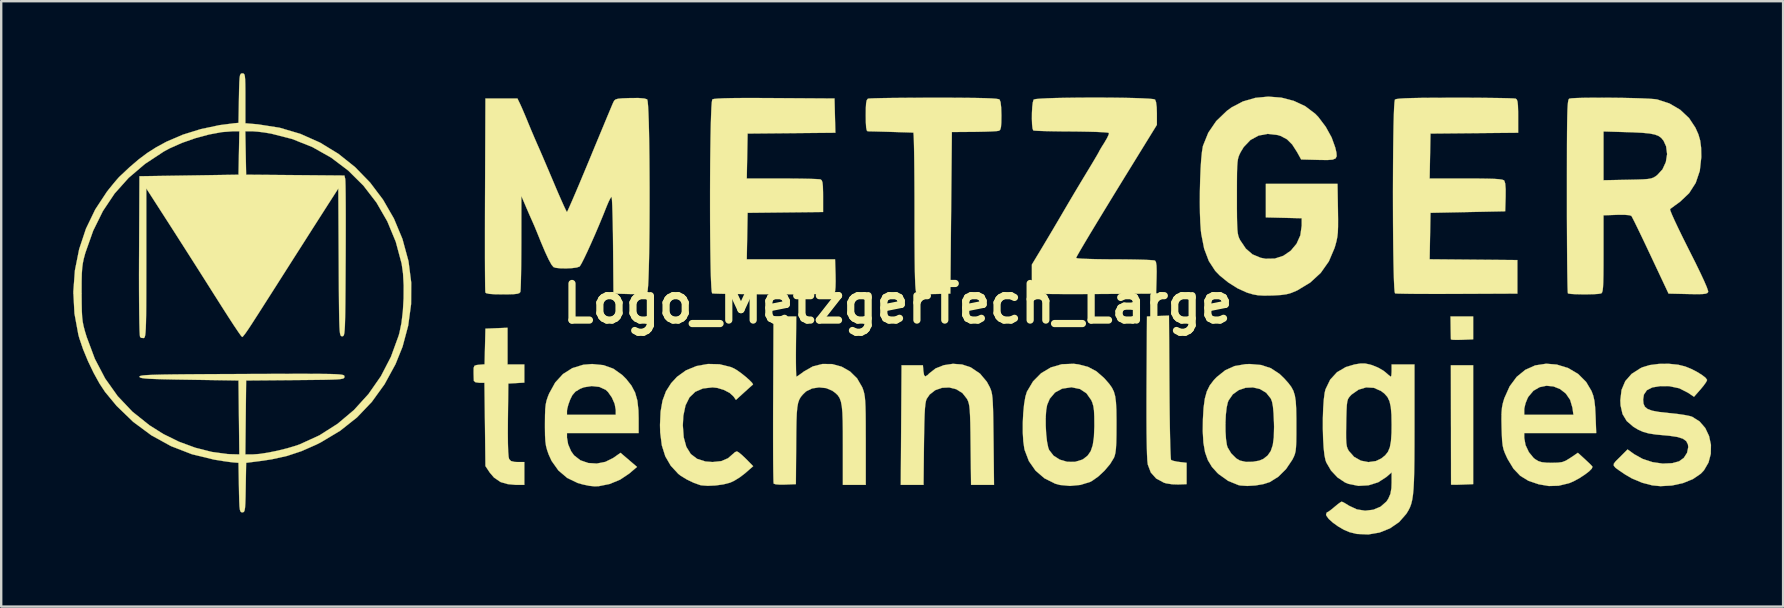
<source format=kicad_pcb>
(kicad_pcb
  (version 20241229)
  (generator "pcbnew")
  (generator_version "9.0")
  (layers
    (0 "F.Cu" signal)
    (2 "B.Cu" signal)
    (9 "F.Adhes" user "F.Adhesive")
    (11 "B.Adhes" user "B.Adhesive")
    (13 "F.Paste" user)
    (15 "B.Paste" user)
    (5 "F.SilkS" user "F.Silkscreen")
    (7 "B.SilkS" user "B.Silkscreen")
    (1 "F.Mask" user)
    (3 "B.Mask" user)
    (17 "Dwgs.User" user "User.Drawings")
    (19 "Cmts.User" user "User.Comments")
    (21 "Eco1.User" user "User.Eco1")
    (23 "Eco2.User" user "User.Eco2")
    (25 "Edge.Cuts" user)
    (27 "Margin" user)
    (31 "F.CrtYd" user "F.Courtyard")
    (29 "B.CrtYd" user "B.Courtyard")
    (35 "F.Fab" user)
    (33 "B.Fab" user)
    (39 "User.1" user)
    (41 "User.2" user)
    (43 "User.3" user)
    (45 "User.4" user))
  (footprint "Logo_MetzgerTech_Large"
    (layer "F.Cu")
    (at 34.35 9.594)
    (property "Reference" "Logo_MetzgerTech_Large" (at 0 0 0) (layer "F.SilkS") (effects (font (size 1.524 1.524) (thickness 0.3))))
    (attr through_hole)
    (fp_poly (pts (xy 23.971 1.492) (xy 23.511 1.511) (xy 23.287 1.516) (xy 23.121 1.511) (xy 23.046 1.497) (xy 23.045 1.495) (xy 23.042 1.419) (xy 23.038 1.251) (xy 23.034 1.025) (xy 23.034 1) (xy 23.028 0.54) (xy 23.971 0.54) (xy 23.971 1.492)) (stroke (width 0.01) (type solid)) (fill yes) (layer "F.SilkS"))
    (fp_poly (pts (xy 23.971 7.525) (xy 23.511 7.543) (xy 23.288 7.55) (xy 23.124 7.551) (xy 23.051 7.545) (xy 23.05 7.543) (xy 23.05 7.478) (xy 23.05 7.299) (xy 23.049 7.021) (xy 23.049 6.657) (xy 23.048 6.221) (xy 23.047 5.727) (xy 23.047 5.188) (xy 23.046 5.048) (xy 23.043 2.572) (xy 23.971 2.572) (xy 23.971 7.525)) (stroke (width 0.01) (type solid)) (fill yes) (layer "F.SilkS"))
    (fp_poly (pts (xy 11.317 3.485) (xy 11.322 4.088) (xy 11.328 4.653) (xy 11.336 5.167) (xy 11.345 5.616) (xy 11.354 5.989) (xy 11.365 6.271) (xy 11.375 6.452) (xy 11.385 6.517) (xy 11.474 6.553) (xy 11.641 6.589) (xy 11.734 6.601) (xy 12.033 6.636) (xy 12.033 7.525) (xy 11.684 7.539) (xy 11.432 7.531) (xy 11.187 7.493) (xy 11.089 7.465) (xy 10.766 7.291) (xy 10.542 7.04) (xy 10.416 6.708) (xy 10.416 6.706) (xy 10.398 6.551) (xy 10.384 6.274) (xy 10.374 5.881) (xy 10.366 5.377) (xy 10.363 4.766) (xy 10.363 4.054) (xy 10.365 3.461) (xy 10.382 0.54) (xy 10.841 0.521) (xy 11.299 0.503) (xy 11.317 3.485)) (stroke (width 0.01) (type solid)) (fill yes) (layer "F.SilkS"))
    (fp_poly (pts (xy -16.256 2.54) (xy -15.557 2.54) (xy -15.557 3.295) (xy -15.891 3.315) (xy -16.224 3.334) (xy -16.241 4.844) (xy -16.244 5.389) (xy -16.24 5.832) (xy -16.23 6.166) (xy -16.212 6.386) (xy -16.191 6.479) (xy -16.111 6.563) (xy -15.964 6.599) (xy -15.841 6.604) (xy -15.557 6.604) (xy -15.557 7.556) (xy -15.923 7.555) (xy -16.245 7.524) (xy -16.531 7.443) (xy -16.553 7.433) (xy -16.82 7.251) (xy -16.998 7.042) (xy -17.177 6.772) (xy -17.197 5.037) (xy -17.218 3.302) (xy -17.435 3.302) (xy -17.591 3.281) (xy -17.659 3.226) (xy -17.659 3.223) (xy -17.664 3.114) (xy -17.669 2.934) (xy -17.67 2.857) (xy -17.668 2.681) (xy -17.635 2.595) (xy -17.545 2.563) (xy -17.444 2.552) (xy -17.212 2.533) (xy -17.195 1.79) (xy -17.177 1.048) (xy -16.256 1.01) (xy -16.256 2.54)) (stroke (width 0.01) (type solid)) (fill yes) (layer "F.SilkS"))
    (fp_poly (pts (xy 2.683 2.541) (xy 3.036 2.658) (xy 3.048 2.664) (xy 3.426 2.92) (xy 3.71 3.258) (xy 3.832 3.483) (xy 3.871 3.574) (xy 3.903 3.67) (xy 3.927 3.786) (xy 3.946 3.938) (xy 3.959 4.141) (xy 3.97 4.411) (xy 3.978 4.764) (xy 3.984 5.216) (xy 3.99 5.667) (xy 4.01 7.556) (xy 3.054 7.556) (xy 3.035 5.89) (xy 3.029 5.381) (xy 3.022 4.983) (xy 3.012 4.678) (xy 3 4.451) (xy 2.983 4.284) (xy 2.959 4.162) (xy 2.929 4.067) (xy 2.89 3.983) (xy 2.886 3.975) (xy 2.694 3.73) (xy 2.438 3.571) (xy 2.145 3.498) (xy 1.844 3.511) (xy 1.562 3.61) (xy 1.327 3.794) (xy 1.206 3.971) (xy 1.176 4.055) (xy 1.152 4.183) (xy 1.133 4.37) (xy 1.118 4.629) (xy 1.107 4.976) (xy 1.098 5.425) (xy 1.092 5.858) (xy 1.074 7.556) (xy 0.126 7.556) (xy 0.142 5.064) (xy 0.159 2.572) (xy 1.048 2.572) (xy 1.067 2.81) (xy 1.096 2.984) (xy 1.15 3.038) (xy 1.246 2.978) (xy 1.308 2.914) (xy 1.577 2.704) (xy 1.919 2.569) (xy 2.299 2.512) (xy 2.683 2.541)) (stroke (width 0.01) (type solid)) (fill yes) (layer "F.SilkS"))
    (fp_poly (pts (xy -7.423 2.531) (xy -6.961 2.646) (xy -6.824 2.704) (xy -6.686 2.786) (xy -6.515 2.909) (xy -6.338 3.05) (xy -6.181 3.189) (xy -6.069 3.303) (xy -6.029 3.37) (xy -6.032 3.376) (xy -6.092 3.428) (xy -6.219 3.541) (xy -6.387 3.693) (xy -6.403 3.707) (xy -6.741 4.015) (xy -6.84 3.874) (xy -7.002 3.725) (xy -7.244 3.599) (xy -7.517 3.516) (xy -7.715 3.494) (xy -8.115 3.539) (xy -8.435 3.677) (xy -8.677 3.911) (xy -8.842 4.244) (xy -8.933 4.678) (xy -8.954 5.074) (xy -8.917 5.574) (xy -8.808 5.971) (xy -8.622 6.27) (xy -8.357 6.472) (xy -8.012 6.581) (xy -7.714 6.604) (xy -7.352 6.566) (xy -7.07 6.445) (xy -6.896 6.293) (xy -6.784 6.195) (xy -6.703 6.16) (xy -6.625 6.202) (xy -6.49 6.313) (xy -6.327 6.468) (xy -6.023 6.777) (xy -6.358 7.07) (xy -6.578 7.239) (xy -6.813 7.384) (xy -6.982 7.462) (xy -7.269 7.536) (xy -7.599 7.581) (xy -7.921 7.595) (xy -8.185 7.574) (xy -8.231 7.564) (xy -8.497 7.47) (xy -8.787 7.331) (xy -9.041 7.176) (xy -9.145 7.095) (xy -9.458 6.756) (xy -9.684 6.367) (xy -9.828 5.911) (xy -9.897 5.372) (xy -9.905 5.058) (xy -9.88 4.504) (xy -9.799 4.044) (xy -9.656 3.657) (xy -9.441 3.32) (xy -9.195 3.053) (xy -8.821 2.784) (xy -8.382 2.604) (xy -7.906 2.519) (xy -7.423 2.531)) (stroke (width 0.01) (type solid)) (fill yes) (layer "F.SilkS"))
    (fp_poly (pts (xy 23.763 -8.572) (xy 24.271 -8.569) (xy 24.727 -8.564) (xy 25.117 -8.559) (xy 25.425 -8.552) (xy 25.637 -8.544) (xy 25.739 -8.535) (xy 25.744 -8.534) (xy 25.79 -8.496) (xy 25.819 -8.409) (xy 25.836 -8.252) (xy 25.844 -8.003) (xy 25.845 -7.805) (xy 25.845 -7.114) (xy 22.193 -7.08) (xy 22.158 -5.207) (xy 23.676 -5.207) (xy 24.173 -5.206) (xy 24.557 -5.201) (xy 24.843 -5.193) (xy 25.043 -5.179) (xy 25.173 -5.161) (xy 25.246 -5.136) (xy 25.268 -5.118) (xy 25.306 -4.999) (xy 25.325 -4.764) (xy 25.323 -4.436) (xy 25.305 -3.842) (xy 22.193 -3.778) (xy 22.158 -1.843) (xy 25.813 -1.81) (xy 25.813 -0.413) (xy 23.305 -0.402) (xy 22.75 -0.4) (xy 22.235 -0.4) (xy 21.771 -0.401) (xy 21.375 -0.404) (xy 21.059 -0.409) (xy 20.838 -0.414) (xy 20.727 -0.421) (xy 20.717 -0.423) (xy 20.7 -0.491) (xy 20.685 -0.674) (xy 20.672 -0.957) (xy 20.661 -1.327) (xy 20.651 -1.773) (xy 20.643 -2.279) (xy 20.637 -2.834) (xy 20.633 -3.425) (xy 20.631 -4.037) (xy 20.63 -4.658) (xy 20.632 -5.275) (xy 20.635 -5.875) (xy 20.64 -6.444) (xy 20.647 -6.97) (xy 20.655 -7.439) (xy 20.666 -7.838) (xy 20.678 -8.155) (xy 20.693 -8.375) (xy 20.709 -8.486) (xy 20.714 -8.496) (xy 20.77 -8.517) (xy 20.899 -8.534) (xy 21.11 -8.548) (xy 21.41 -8.558) (xy 21.809 -8.566) (xy 22.314 -8.57) (xy 22.934 -8.572) (xy 23.217 -8.572) (xy 23.763 -8.572)) (stroke (width 0.01) (type solid)) (fill yes) (layer "F.SilkS"))
    (fp_poly (pts (xy -12.258 2.568) (xy -11.849 2.715) (xy -11.484 2.974) (xy -11.314 3.143) (xy -11.094 3.421) (xy -10.942 3.71) (xy -10.848 4.042) (xy -10.803 4.445) (xy -10.795 4.77) (xy -10.795 5.397) (xy -13.78 5.397) (xy -13.78 5.59) (xy -13.732 5.867) (xy -13.609 6.152) (xy -13.486 6.325) (xy -13.223 6.53) (xy -12.898 6.644) (xy -12.54 6.667) (xy -12.181 6.597) (xy -11.848 6.431) (xy -11.84 6.425) (xy -11.549 6.22) (xy -10.862 6.807) (xy -11.192 7.088) (xy -11.568 7.339) (xy -12.006 7.519) (xy -12.456 7.61) (xy -12.627 7.617) (xy -12.848 7.595) (xy -13.12 7.538) (xy -13.335 7.477) (xy -13.771 7.267) (xy -14.138 6.955) (xy -14.422 6.555) (xy -14.544 6.287) (xy -14.609 6.1) (xy -14.654 5.928) (xy -14.68 5.736) (xy -14.694 5.494) (xy -14.698 5.17) (xy -14.698 5.016) (xy -14.695 4.66) (xy -14.688 4.473) (xy -13.78 4.473) (xy -13.78 4.636) (xy -11.748 4.636) (xy -11.748 4.433) (xy -11.793 4.183) (xy -11.91 3.915) (xy -12.071 3.685) (xy -12.171 3.593) (xy -12.433 3.474) (xy -12.748 3.439) (xy -13.072 3.49) (xy -13.229 3.551) (xy -13.424 3.668) (xy -13.555 3.817) (xy -13.646 3.999) (xy -13.723 4.21) (xy -13.772 4.399) (xy -13.78 4.473) (xy -14.688 4.473) (xy -14.686 4.399) (xy -14.665 4.202) (xy -14.63 4.039) (xy -14.575 3.877) (xy -14.522 3.747) (xy -14.27 3.291) (xy -13.946 2.938) (xy -13.554 2.69) (xy -13.1 2.551) (xy -12.732 2.521) (xy -12.258 2.568)) (stroke (width 0.01) (type solid)) (fill yes) (layer "F.SilkS"))
    (fp_poly (pts (xy -4.241 1.794) (xy -4.243 2.177) (xy -4.242 2.513) (xy -4.238 2.783) (xy -4.232 2.967) (xy -4.224 3.046) (xy -4.222 3.048) (xy -4.159 3.013) (xy -4.029 2.921) (xy -3.911 2.833) (xy -3.536 2.62) (xy -3.135 2.519) (xy -2.73 2.524) (xy -2.341 2.63) (xy -1.989 2.83) (xy -1.695 3.118) (xy -1.48 3.489) (xy -1.46 3.539) (xy -1.423 3.647) (xy -1.394 3.761) (xy -1.372 3.897) (xy -1.356 4.071) (xy -1.345 4.301) (xy -1.338 4.601) (xy -1.335 4.989) (xy -1.334 5.481) (xy -1.333 5.717) (xy -1.333 7.556) (xy -2.286 7.556) (xy -2.286 5.89) (xy -2.287 5.336) (xy -2.293 4.895) (xy -2.306 4.55) (xy -2.33 4.286) (xy -2.368 4.087) (xy -2.422 3.939) (xy -2.495 3.826) (xy -2.592 3.732) (xy -2.713 3.643) (xy -2.731 3.631) (xy -2.982 3.525) (xy -3.277 3.494) (xy -3.566 3.538) (xy -3.806 3.653) (xy -3.847 3.687) (xy -3.955 3.792) (xy -4.039 3.892) (xy -4.104 4.005) (xy -4.152 4.146) (xy -4.185 4.332) (xy -4.207 4.58) (xy -4.22 4.904) (xy -4.227 5.323) (xy -4.232 5.851) (xy -4.232 5.874) (xy -4.244 7.525) (xy -4.689 7.543) (xy -4.914 7.545) (xy -5.086 7.531) (xy -5.168 7.504) (xy -5.169 7.503) (xy -5.176 7.43) (xy -5.181 7.242) (xy -5.186 6.95) (xy -5.19 6.567) (xy -5.192 6.104) (xy -5.193 5.573) (xy -5.193 4.986) (xy -5.192 4.354) (xy -5.19 3.992) (xy -5.175 0.54) (xy -4.229 0.54) (xy -4.241 1.794)) (stroke (width 0.01) (type solid)) (fill yes) (layer "F.SilkS"))
    (fp_poly (pts (xy -5.198 -8.558) (xy -5.136 -8.557) (xy -2.635 -8.541) (xy -2.617 -7.827) (xy -2.599 -7.114) (xy -4.427 -7.097) (xy -6.255 -7.08) (xy -6.29 -5.207) (xy -4.801 -5.207) (xy -4.374 -5.205) (xy -3.987 -5.201) (xy -3.657 -5.194) (xy -3.406 -5.185) (xy -3.25 -5.175) (xy -3.212 -5.168) (xy -3.166 -5.129) (xy -3.136 -5.04) (xy -3.119 -4.879) (xy -3.112 -4.623) (xy -3.111 -4.471) (xy -3.111 -3.812) (xy -4.683 -3.795) (xy -6.255 -3.778) (xy -6.29 -1.841) (xy -2.612 -1.841) (xy -2.592 -1.201) (xy -2.588 -0.921) (xy -2.594 -0.684) (xy -2.609 -0.521) (xy -2.623 -0.471) (xy -2.653 -0.448) (xy -2.722 -0.429) (xy -2.841 -0.414) (xy -3.021 -0.403) (xy -3.273 -0.395) (xy -3.61 -0.389) (xy -4.04 -0.386) (xy -4.577 -0.385) (xy -5.163 -0.386) (xy -5.715 -0.388) (xy -6.228 -0.391) (xy -6.689 -0.396) (xy -7.083 -0.401) (xy -7.396 -0.407) (xy -7.614 -0.414) (xy -7.723 -0.421) (xy -7.731 -0.423) (xy -7.749 -0.492) (xy -7.765 -0.675) (xy -7.779 -0.959) (xy -7.791 -1.33) (xy -7.8 -1.775) (xy -7.808 -2.283) (xy -7.814 -2.838) (xy -7.818 -3.428) (xy -7.819 -4.041) (xy -7.819 -4.663) (xy -7.817 -5.28) (xy -7.813 -5.88) (xy -7.806 -6.449) (xy -7.798 -6.975) (xy -7.788 -7.444) (xy -7.776 -7.844) (xy -7.763 -8.16) (xy -7.747 -8.381) (xy -7.729 -8.492) (xy -7.724 -8.502) (xy -7.656 -8.522) (xy -7.502 -8.537) (xy -7.254 -8.549) (xy -6.907 -8.557) (xy -6.452 -8.561) (xy -5.885 -8.561) (xy -5.198 -8.558)) (stroke (width 0.01) (type solid)) (fill yes) (layer "F.SilkS"))
    (fp_poly (pts (xy 2.216 -8.572) (xy 2.796 -8.568) (xy 3.266 -8.563) (xy 3.633 -8.555) (xy 3.907 -8.544) (xy 4.094 -8.53) (xy 4.204 -8.512) (xy 4.242 -8.496) (xy 4.283 -8.388) (xy 4.308 -8.166) (xy 4.318 -7.846) (xy 4.318 -7.828) (xy 4.314 -7.538) (xy 4.3 -7.352) (xy 4.271 -7.247) (xy 4.225 -7.2) (xy 4.219 -7.197) (xy 4.122 -7.183) (xy 3.924 -7.17) (xy 3.65 -7.16) (xy 3.325 -7.153) (xy 3.187 -7.151) (xy 2.254 -7.144) (xy 2.191 -0.413) (xy 1.523 -0.395) (xy 1.17 -0.392) (xy 0.933 -0.406) (xy 0.801 -0.438) (xy 0.777 -0.455) (xy 0.758 -0.503) (xy 0.743 -0.612) (xy 0.73 -0.791) (xy 0.72 -1.048) (xy 0.712 -1.39) (xy 0.706 -1.827) (xy 0.702 -2.365) (xy 0.699 -3.014) (xy 0.699 -3.782) (xy 0.699 -3.823) (xy 0.698 -4.456) (xy 0.695 -5.049) (xy 0.691 -5.591) (xy 0.686 -6.069) (xy 0.679 -6.472) (xy 0.672 -6.788) (xy 0.663 -7.005) (xy 0.654 -7.11) (xy 0.651 -7.119) (xy 0.578 -7.123) (xy 0.406 -7.129) (xy 0.162 -7.136) (xy -0.127 -7.145) (xy -0.433 -7.154) (xy -0.729 -7.162) (xy -0.987 -7.169) (xy -1.179 -7.173) (xy -1.254 -7.175) (xy -1.292 -7.213) (xy -1.317 -7.337) (xy -1.33 -7.562) (xy -1.333 -7.835) (xy -1.33 -8.142) (xy -1.318 -8.343) (xy -1.295 -8.462) (xy -1.256 -8.521) (xy -1.233 -8.534) (xy -1.15 -8.542) (xy -0.953 -8.55) (xy -0.657 -8.557) (xy -0.276 -8.563) (xy 0.177 -8.567) (xy 0.688 -8.571) (xy 1.243 -8.572) (xy 1.516 -8.573) (xy 2.216 -8.572)) (stroke (width 0.01) (type solid)) (fill yes) (layer "F.SilkS"))
    (fp_poly (pts (xy 7.534 2.537) (xy 7.937 2.644) (xy 8.277 2.826) (xy 8.595 3.104) (xy 8.658 3.173) (xy 8.81 3.348) (xy 8.923 3.507) (xy 9.004 3.672) (xy 9.058 3.866) (xy 9.09 4.111) (xy 9.107 4.429) (xy 9.112 4.843) (xy 9.112 5.048) (xy 9.11 5.481) (xy 9.103 5.807) (xy 9.089 6.047) (xy 9.067 6.222) (xy 9.035 6.352) (xy 9.005 6.428) (xy 8.847 6.687) (xy 8.617 6.96) (xy 8.352 7.208) (xy 8.091 7.392) (xy 8.007 7.435) (xy 7.61 7.557) (xy 7.175 7.599) (xy 6.754 7.559) (xy 6.554 7.504) (xy 6.11 7.281) (xy 5.741 6.963) (xy 5.463 6.566) (xy 5.287 6.105) (xy 5.273 6.043) (xy 5.23 5.742) (xy 5.209 5.375) (xy 5.209 4.972) (xy 5.219 4.75) (xy 6.164 4.75) (xy 6.165 5.092) (xy 6.183 5.438) (xy 6.218 5.752) (xy 6.268 5.999) (xy 6.305 6.1) (xy 6.488 6.337) (xy 6.75 6.504) (xy 7.058 6.594) (xy 7.378 6.598) (xy 7.678 6.507) (xy 7.735 6.475) (xy 7.911 6.336) (xy 8.039 6.15) (xy 8.123 5.901) (xy 8.172 5.568) (xy 8.19 5.132) (xy 8.19 5.052) (xy 8.187 4.707) (xy 8.175 4.458) (xy 8.149 4.276) (xy 8.106 4.128) (xy 8.06 4.023) (xy 7.861 3.74) (xy 7.592 3.562) (xy 7.258 3.493) (xy 7.212 3.493) (xy 6.848 3.547) (xy 6.552 3.707) (xy 6.333 3.966) (xy 6.223 4.225) (xy 6.183 4.449) (xy 6.164 4.75) (xy 5.219 4.75) (xy 5.228 4.568) (xy 5.264 4.193) (xy 5.317 3.882) (xy 5.38 3.675) (xy 5.636 3.244) (xy 5.973 2.904) (xy 6.377 2.663) (xy 6.833 2.53) (xy 7.328 2.511) (xy 7.534 2.537)) (stroke (width 0.01) (type solid)) (fill yes) (layer "F.SilkS"))
    (fp_poly (pts (xy 27.456 2.544) (xy 27.933 2.691) (xy 28.346 2.936) (xy 28.679 3.27) (xy 28.901 3.644) (xy 28.972 3.833) (xy 29.02 4.043) (xy 29.051 4.309) (xy 29.07 4.666) (xy 29.071 4.683) (xy 29.097 5.397) (xy 26.099 5.397) (xy 26.1 5.604) (xy 26.153 5.898) (xy 26.291 6.191) (xy 26.486 6.43) (xy 26.551 6.483) (xy 26.688 6.566) (xy 26.836 6.612) (xy 27.039 6.632) (xy 27.241 6.636) (xy 27.5 6.63) (xy 27.68 6.606) (xy 27.83 6.548) (xy 27.997 6.446) (xy 28.026 6.427) (xy 28.334 6.219) (xy 28.629 6.488) (xy 28.786 6.635) (xy 28.9 6.749) (xy 28.943 6.801) (xy 28.913 6.878) (xy 28.797 6.995) (xy 28.618 7.131) (xy 28.405 7.27) (xy 28.182 7.393) (xy 27.976 7.482) (xy 27.959 7.488) (xy 27.531 7.591) (xy 27.124 7.603) (xy 26.702 7.531) (xy 26.274 7.386) (xy 25.932 7.177) (xy 25.651 6.882) (xy 25.409 6.483) (xy 25.375 6.413) (xy 25.293 6.233) (xy 25.236 6.077) (xy 25.2 5.912) (xy 25.177 5.706) (xy 25.164 5.428) (xy 25.156 5.175) (xy 25.149 4.812) (xy 25.154 4.543) (xy 25.164 4.427) (xy 26.099 4.427) (xy 26.099 4.636) (xy 28.148 4.636) (xy 28.107 4.34) (xy 28.01 4.012) (xy 27.831 3.751) (xy 27.592 3.564) (xy 27.316 3.454) (xy 27.024 3.426) (xy 26.739 3.485) (xy 26.481 3.635) (xy 26.273 3.882) (xy 26.241 3.939) (xy 26.154 4.152) (xy 26.104 4.36) (xy 26.099 4.427) (xy 25.164 4.427) (xy 25.172 4.334) (xy 25.208 4.152) (xy 25.264 3.963) (xy 25.272 3.94) (xy 25.492 3.45) (xy 25.784 3.056) (xy 26.141 2.764) (xy 26.553 2.579) (xy 27.013 2.508) (xy 27.456 2.544)) (stroke (width 0.01) (type solid)) (fill yes) (layer "F.SilkS"))
    (fp_poly (pts (xy 15.141 2.562) (xy 15.545 2.696) (xy 15.903 2.932) (xy 16.099 3.12) (xy 16.266 3.306) (xy 16.392 3.471) (xy 16.483 3.64) (xy 16.543 3.833) (xy 16.58 4.073) (xy 16.598 4.383) (xy 16.605 4.786) (xy 16.605 5.048) (xy 16.605 5.457) (xy 16.601 5.761) (xy 16.591 5.983) (xy 16.574 6.144) (xy 16.545 6.268) (xy 16.504 6.376) (xy 16.446 6.491) (xy 16.437 6.509) (xy 16.178 6.894) (xy 15.856 7.214) (xy 15.5 7.438) (xy 15.496 7.439) (xy 15.23 7.524) (xy 14.901 7.58) (xy 14.562 7.6) (xy 14.27 7.581) (xy 14.192 7.564) (xy 13.766 7.391) (xy 13.368 7.107) (xy 13.314 7.057) (xy 13.087 6.805) (xy 12.918 6.524) (xy 12.802 6.195) (xy 12.733 5.798) (xy 12.706 5.314) (xy 12.711 4.983) (xy 13.652 4.983) (xy 13.654 5.33) (xy 13.674 5.646) (xy 13.711 5.894) (xy 13.741 5.994) (xy 13.892 6.245) (xy 14.101 6.452) (xy 14.256 6.543) (xy 14.494 6.596) (xy 14.782 6.595) (xy 15.059 6.546) (xy 15.228 6.475) (xy 15.409 6.333) (xy 15.539 6.146) (xy 15.623 5.897) (xy 15.667 5.567) (xy 15.677 5.138) (xy 15.673 4.962) (xy 15.656 4.576) (xy 15.631 4.295) (xy 15.594 4.097) (xy 15.543 3.962) (xy 15.541 3.959) (xy 15.347 3.717) (xy 15.089 3.563) (xy 14.796 3.495) (xy 14.492 3.51) (xy 14.205 3.607) (xy 13.959 3.783) (xy 13.783 4.036) (xy 13.749 4.12) (xy 13.7 4.341) (xy 13.667 4.641) (xy 13.652 4.983) (xy 12.711 4.983) (xy 12.713 4.817) (xy 12.741 4.341) (xy 12.792 3.965) (xy 12.875 3.664) (xy 12.998 3.413) (xy 13.17 3.187) (xy 13.291 3.061) (xy 13.645 2.779) (xy 14.033 2.605) (xy 14.482 2.528) (xy 14.665 2.521) (xy 15.141 2.562)) (stroke (width 0.01) (type solid)) (fill yes) (layer "F.SilkS"))
    (fp_poly (pts (xy 32.512 2.551) (xy 32.804 2.623) (xy 33.046 2.721) (xy 33.286 2.843) (xy 33.496 2.972) (xy 33.649 3.09) (xy 33.715 3.18) (xy 33.716 3.189) (xy 33.675 3.276) (xy 33.571 3.422) (xy 33.442 3.578) (xy 33.171 3.886) (xy 32.928 3.721) (xy 32.558 3.532) (xy 32.142 3.444) (xy 31.769 3.441) (xy 31.435 3.496) (xy 31.208 3.612) (xy 31.083 3.796) (xy 31.052 4.002) (xy 31.067 4.172) (xy 31.124 4.3) (xy 31.239 4.395) (xy 31.429 4.465) (xy 31.709 4.517) (xy 32.097 4.56) (xy 32.195 4.569) (xy 32.502 4.603) (xy 32.783 4.645) (xy 33 4.689) (xy 33.094 4.718) (xy 33.404 4.913) (xy 33.641 5.188) (xy 33.799 5.522) (xy 33.877 5.889) (xy 33.87 6.265) (xy 33.775 6.626) (xy 33.587 6.948) (xy 33.455 7.089) (xy 33.126 7.314) (xy 32.714 7.481) (xy 32.253 7.582) (xy 31.775 7.609) (xy 31.433 7.576) (xy 31.011 7.466) (xy 30.587 7.288) (xy 30.321 7.135) (xy 30.065 6.963) (xy 29.903 6.845) (xy 29.828 6.756) (xy 29.831 6.674) (xy 29.905 6.576) (xy 30.043 6.439) (xy 30.079 6.404) (xy 30.403 6.079) (xy 30.685 6.281) (xy 31.04 6.478) (xy 31.446 6.609) (xy 31.866 6.669) (xy 32.262 6.652) (xy 32.548 6.575) (xy 32.746 6.432) (xy 32.882 6.22) (xy 32.932 5.981) (xy 32.918 5.871) (xy 32.848 5.733) (xy 32.706 5.631) (xy 32.475 5.559) (xy 32.141 5.509) (xy 31.972 5.494) (xy 31.584 5.458) (xy 31.289 5.413) (xy 31.056 5.349) (xy 30.85 5.258) (xy 30.643 5.133) (xy 30.368 4.896) (xy 30.194 4.606) (xy 30.112 4.246) (xy 30.102 4.032) (xy 30.153 3.598) (xy 30.308 3.233) (xy 30.571 2.933) (xy 30.944 2.694) (xy 31.02 2.658) (xy 31.327 2.565) (xy 31.708 2.516) (xy 32.119 2.511) (xy 32.512 2.551)) (stroke (width 0.01) (type solid)) (fill yes) (layer "F.SilkS"))
    (fp_poly (pts (xy 8.453 -8.578) (xy 8.94 -8.575) (xy 9.4 -8.569) (xy 9.818 -8.56) (xy 10.176 -8.548) (xy 10.457 -8.533) (xy 10.644 -8.516) (xy 10.719 -8.496) (xy 10.76 -8.39) (xy 10.787 -8.183) (xy 10.795 -7.932) (xy 10.795 -7.443) (xy 9.959 -6.087) (xy 9.467 -5.289) (xy 9.022 -4.564) (xy 8.627 -3.917) (xy 8.283 -3.352) (xy 7.994 -2.874) (xy 7.762 -2.485) (xy 7.589 -2.191) (xy 7.478 -1.996) (xy 7.431 -1.903) (xy 7.429 -1.897) (xy 7.49 -1.882) (xy 7.661 -1.868) (xy 7.925 -1.857) (xy 8.265 -1.848) (xy 8.665 -1.842) (xy 9.033 -1.841) (xy 9.475 -1.838) (xy 9.876 -1.832) (xy 10.22 -1.824) (xy 10.487 -1.812) (xy 10.66 -1.799) (xy 10.718 -1.788) (xy 10.757 -1.723) (xy 10.779 -1.577) (xy 10.786 -1.334) (xy 10.781 -1.074) (xy 10.763 -0.413) (xy 8.219 -0.396) (xy 7.662 -0.394) (xy 7.146 -0.393) (xy 6.683 -0.395) (xy 6.287 -0.398) (xy 5.972 -0.404) (xy 5.753 -0.411) (xy 5.642 -0.419) (xy 5.631 -0.423) (xy 5.612 -0.501) (xy 5.597 -0.676) (xy 5.589 -0.916) (xy 5.588 -1.045) (xy 5.588 -1.624) (xy 5.989 -2.289) (xy 6.174 -2.599) (xy 6.398 -2.975) (xy 6.633 -3.373) (xy 6.854 -3.749) (xy 6.889 -3.81) (xy 7.118 -4.2) (xy 7.378 -4.639) (xy 7.64 -5.076) (xy 7.871 -5.459) (xy 7.886 -5.483) (xy 8.059 -5.769) (xy 8.205 -6.014) (xy 8.314 -6.2) (xy 8.374 -6.306) (xy 8.382 -6.323) (xy 8.414 -6.385) (xy 8.496 -6.523) (xy 8.607 -6.699) (xy 8.717 -6.887) (xy 8.786 -7.033) (xy 8.798 -7.106) (xy 8.728 -7.122) (xy 8.549 -7.136) (xy 8.278 -7.149) (xy 7.933 -7.158) (xy 7.533 -7.165) (xy 7.235 -7.168) (xy 6.805 -7.171) (xy 6.417 -7.177) (xy 6.089 -7.184) (xy 5.839 -7.193) (xy 5.686 -7.203) (xy 5.646 -7.211) (xy 5.615 -7.291) (xy 5.596 -7.463) (xy 5.588 -7.692) (xy 5.59 -7.944) (xy 5.603 -8.184) (xy 5.626 -8.376) (xy 5.658 -8.488) (xy 5.664 -8.496) (xy 5.747 -8.517) (xy 5.939 -8.534) (xy 6.225 -8.549) (xy 6.587 -8.561) (xy 7.007 -8.569) (xy 7.47 -8.575) (xy 7.957 -8.578) (xy 8.453 -8.578)) (stroke (width 0.01) (type solid)) (fill yes) (layer "F.SilkS"))
    (fp_poly (pts (xy 15.978 -8.577) (xy 16.499 -8.442) (xy 16.977 -8.218) (xy 17.389 -7.906) (xy 17.521 -7.77) (xy 17.831 -7.359) (xy 18.075 -6.917) (xy 18.225 -6.501) (xy 18.275 -6.284) (xy 18.285 -6.135) (xy 18.237 -6.043) (xy 18.116 -5.994) (xy 17.904 -5.978) (xy 17.584 -5.981) (xy 17.516 -5.983) (xy 16.805 -6.001) (xy 16.638 -6.304) (xy 16.432 -6.625) (xy 16.213 -6.842) (xy 15.955 -6.979) (xy 15.829 -7.018) (xy 15.414 -7.067) (xy 15.031 -6.996) (xy 14.693 -6.812) (xy 14.413 -6.519) (xy 14.288 -6.313) (xy 14.238 -6.214) (xy 14.2 -6.12) (xy 14.172 -6.015) (xy 14.153 -5.879) (xy 14.14 -5.696) (xy 14.133 -5.447) (xy 14.13 -5.115) (xy 14.129 -4.683) (xy 14.129 -4.447) (xy 14.129 -3.959) (xy 14.132 -3.581) (xy 14.138 -3.296) (xy 14.148 -3.085) (xy 14.164 -2.931) (xy 14.188 -2.818) (xy 14.22 -2.727) (xy 14.262 -2.642) (xy 14.266 -2.635) (xy 14.502 -2.286) (xy 14.778 -2.047) (xy 15.115 -1.906) (xy 15.319 -1.866) (xy 15.706 -1.872) (xy 16.063 -1.988) (xy 16.371 -2.199) (xy 16.613 -2.488) (xy 16.771 -2.839) (xy 16.827 -3.236) (xy 16.828 -3.236) (xy 16.828 -3.552) (xy 15.335 -3.588) (xy 15.335 -4.985) (xy 18.32 -4.985) (xy 18.338 -3.905) (xy 18.343 -3.501) (xy 18.342 -3.195) (xy 18.333 -2.961) (xy 18.312 -2.772) (xy 18.277 -2.598) (xy 18.227 -2.413) (xy 18.194 -2.307) (xy 17.959 -1.755) (xy 17.62 -1.275) (xy 17.182 -0.872) (xy 16.651 -0.551) (xy 16.601 -0.528) (xy 16.393 -0.441) (xy 16.194 -0.386) (xy 15.961 -0.354) (xy 15.652 -0.336) (xy 15.589 -0.334) (xy 15.261 -0.329) (xy 15.013 -0.342) (xy 14.8 -0.38) (xy 14.576 -0.446) (xy 14.533 -0.461) (xy 14.158 -0.632) (xy 13.769 -0.877) (xy 13.419 -1.161) (xy 13.227 -1.359) (xy 12.959 -1.77) (xy 12.764 -2.285) (xy 12.643 -2.903) (xy 12.628 -3.033) (xy 12.604 -3.364) (xy 12.589 -3.766) (xy 12.584 -4.215) (xy 12.587 -4.686) (xy 12.598 -5.156) (xy 12.616 -5.601) (xy 12.641 -5.996) (xy 12.673 -6.317) (xy 12.709 -6.541) (xy 12.717 -6.572) (xy 12.937 -7.117) (xy 13.268 -7.601) (xy 13.707 -8.023) (xy 13.906 -8.169) (xy 14.378 -8.417) (xy 14.896 -8.567) (xy 15.436 -8.619) (xy 15.978 -8.577)) (stroke (width 0.01) (type solid)) (fill yes) (layer "F.SilkS"))
    (fp_poly (pts (xy 19.665 2.54) (xy 19.769 2.571) (xy 20.006 2.668) (xy 20.226 2.794) (xy 20.317 2.864) (xy 20.446 2.977) (xy 20.532 3.042) (xy 20.546 3.048) (xy 20.564 2.992) (xy 20.573 2.851) (xy 20.574 2.794) (xy 20.574 2.54) (xy 21.526 2.54) (xy 21.526 5.191) (xy 21.525 5.899) (xy 21.522 6.493) (xy 21.515 6.985) (xy 21.504 7.387) (xy 21.487 7.712) (xy 21.463 7.973) (xy 21.431 8.181) (xy 21.39 8.35) (xy 21.338 8.492) (xy 21.274 8.619) (xy 21.198 8.743) (xy 21.184 8.765) (xy 20.886 9.105) (xy 20.507 9.366) (xy 20.071 9.541) (xy 19.603 9.621) (xy 19.126 9.6) (xy 18.822 9.526) (xy 18.59 9.428) (xy 18.35 9.289) (xy 18.129 9.131) (xy 17.956 8.975) (xy 17.857 8.84) (xy 17.843 8.789) (xy 17.871 8.707) (xy 17.891 8.698) (xy 17.962 8.659) (xy 18.093 8.56) (xy 18.192 8.476) (xy 18.343 8.352) (xy 18.457 8.271) (xy 18.495 8.255) (xy 18.573 8.287) (xy 18.715 8.37) (xy 18.801 8.425) (xy 19.127 8.577) (xy 19.473 8.631) (xy 19.811 8.591) (xy 20.115 8.463) (xy 20.357 8.251) (xy 20.435 8.135) (xy 20.524 7.93) (xy 20.566 7.69) (xy 20.574 7.462) (xy 20.574 7.035) (xy 20.358 7.225) (xy 20.013 7.448) (xy 19.613 7.573) (xy 19.192 7.597) (xy 18.781 7.515) (xy 18.633 7.455) (xy 18.322 7.248) (xy 18.05 6.958) (xy 17.857 6.628) (xy 17.821 6.533) (xy 17.776 6.317) (xy 17.742 6.004) (xy 17.72 5.625) (xy 17.713 5.35) (xy 18.677 5.35) (xy 18.678 5.622) (xy 18.688 5.815) (xy 18.708 5.95) (xy 18.742 6.051) (xy 18.792 6.142) (xy 18.793 6.144) (xy 19.013 6.39) (xy 19.294 6.547) (xy 19.606 6.607) (xy 19.918 6.564) (xy 20.136 6.46) (xy 20.301 6.33) (xy 20.42 6.181) (xy 20.5 5.99) (xy 20.547 5.734) (xy 20.57 5.391) (xy 20.574 5.058) (xy 20.567 4.634) (xy 20.54 4.314) (xy 20.487 4.076) (xy 20.401 3.896) (xy 20.275 3.753) (xy 20.137 3.647) (xy 19.835 3.513) (xy 19.513 3.494) (xy 19.196 3.589) (xy 18.906 3.793) (xy 18.86 3.841) (xy 18.799 3.911) (xy 18.755 3.987) (xy 18.726 4.09) (xy 18.707 4.242) (xy 18.695 4.466) (xy 18.686 4.784) (xy 18.683 4.974) (xy 18.677 5.35) (xy 17.713 5.35) (xy 17.709 5.207) (xy 17.71 4.779) (xy 17.723 4.37) (xy 17.748 4.008) (xy 17.784 3.722) (xy 17.82 3.574) (xy 18.015 3.172) (xy 18.298 2.863) (xy 18.668 2.646) (xy 19.03 2.539) (xy 19.276 2.499) (xy 19.466 2.499) (xy 19.665 2.54)) (stroke (width 0.01) (type solid)) (fill yes) (layer "F.SilkS"))
    (fp_poly (pts (xy 29.787 -8.571) (xy 30.216 -8.566) (xy 30.625 -8.557) (xy 30.994 -8.546) (xy 31.303 -8.532) (xy 31.528 -8.515) (xy 31.636 -8.501) (xy 32.146 -8.335) (xy 32.595 -8.072) (xy 32.965 -7.725) (xy 33.229 -7.326) (xy 33.353 -7.05) (xy 33.429 -6.788) (xy 33.467 -6.494) (xy 33.475 -6.124) (xy 33.474 -6.088) (xy 33.412 -5.525) (xy 33.243 -5.026) (xy 32.968 -4.597) (xy 32.589 -4.238) (xy 32.55 -4.21) (xy 32.371 -4.081) (xy 32.233 -3.979) (xy 32.173 -3.933) (xy 32.187 -3.867) (xy 32.253 -3.703) (xy 32.364 -3.455) (xy 32.514 -3.138) (xy 32.695 -2.766) (xy 32.901 -2.353) (xy 32.96 -2.236) (xy 33.219 -1.722) (xy 33.431 -1.286) (xy 33.594 -0.937) (xy 33.704 -0.681) (xy 33.757 -0.525) (xy 33.761 -0.481) (xy 33.729 -0.438) (xy 33.66 -0.41) (xy 33.531 -0.394) (xy 33.323 -0.389) (xy 33.015 -0.393) (xy 32.916 -0.395) (xy 32.111 -0.413) (xy 31.364 -2) (xy 31.167 -2.418) (xy 30.985 -2.8) (xy 30.826 -3.129) (xy 30.698 -3.391) (xy 30.607 -3.569) (xy 30.563 -3.65) (xy 30.561 -3.651) (xy 30.474 -3.679) (xy 30.288 -3.695) (xy 30.035 -3.697) (xy 29.953 -3.694) (xy 29.401 -3.674) (xy 29.401 -2.066) (xy 29.4 -1.567) (xy 29.397 -1.18) (xy 29.391 -0.892) (xy 29.381 -0.687) (xy 29.366 -0.551) (xy 29.345 -0.47) (xy 29.318 -0.43) (xy 29.3 -0.42) (xy 29.191 -0.401) (xy 28.998 -0.389) (xy 28.753 -0.383) (xy 28.492 -0.383) (xy 28.245 -0.388) (xy 28.048 -0.399) (xy 27.933 -0.416) (xy 27.919 -0.423) (xy 27.911 -0.493) (xy 27.904 -0.678) (xy 27.898 -0.969) (xy 27.892 -1.354) (xy 27.887 -1.823) (xy 27.883 -2.364) (xy 27.88 -2.968) (xy 27.877 -3.623) (xy 27.877 -4.318) (xy 27.877 -4.481) (xy 27.877 -5.135) (xy 29.401 -5.135) (xy 30.406 -5.155) (xy 30.785 -5.163) (xy 31.06 -5.173) (xy 31.253 -5.188) (xy 31.388 -5.212) (xy 31.487 -5.248) (xy 31.572 -5.3) (xy 31.638 -5.349) (xy 31.859 -5.589) (xy 31.998 -5.893) (xy 32.051 -6.224) (xy 32.009 -6.548) (xy 31.905 -6.777) (xy 31.814 -6.891) (xy 31.7 -6.977) (xy 31.541 -7.039) (xy 31.321 -7.083) (xy 31.019 -7.112) (xy 30.617 -7.132) (xy 30.423 -7.138) (xy 29.401 -7.168) (xy 29.401 -5.135) (xy 27.877 -5.135) (xy 27.877 -5.299) (xy 27.878 -6) (xy 27.879 -6.593) (xy 27.882 -7.085) (xy 27.886 -7.487) (xy 27.892 -7.808) (xy 27.899 -8.056) (xy 27.909 -8.241) (xy 27.921 -8.372) (xy 27.935 -8.458) (xy 27.951 -8.508) (xy 27.971 -8.531) (xy 27.977 -8.534) (xy 28.083 -8.55) (xy 28.295 -8.561) (xy 28.593 -8.569) (xy 28.955 -8.573) (xy 29.359 -8.574) (xy 29.787 -8.571)) (stroke (width 0.01) (type solid)) (fill yes) (layer "F.SilkS"))
    (fp_poly (pts (xy -10.563 -8.542) (xy -10.441 -8.505) (xy -10.439 -8.504) (xy -10.42 -8.425) (xy -10.402 -8.233) (xy -10.387 -7.94) (xy -10.373 -7.561) (xy -10.362 -7.107) (xy -10.354 -6.593) (xy -10.347 -6.032) (xy -10.343 -5.437) (xy -10.34 -4.821) (xy -10.34 -4.198) (xy -10.342 -3.58) (xy -10.346 -2.982) (xy -10.353 -2.417) (xy -10.361 -1.897) (xy -10.372 -1.437) (xy -10.385 -1.049) (xy -10.4 -0.747) (xy -10.418 -0.543) (xy -10.437 -0.452) (xy -10.439 -0.45) (xy -10.557 -0.412) (xy -10.796 -0.393) (xy -11.149 -0.394) (xy -11.185 -0.395) (xy -11.843 -0.413) (xy -11.86 -2.429) (xy -11.865 -2.92) (xy -11.873 -3.369) (xy -11.883 -3.758) (xy -11.893 -4.075) (xy -11.905 -4.302) (xy -11.917 -4.426) (xy -11.924 -4.445) (xy -11.969 -4.39) (xy -12.042 -4.248) (xy -12.127 -4.048) (xy -12.278 -3.669) (xy -12.443 -3.271) (xy -12.612 -2.875) (xy -12.779 -2.498) (xy -12.933 -2.159) (xy -13.068 -1.876) (xy -13.174 -1.668) (xy -13.243 -1.554) (xy -13.256 -1.54) (xy -13.372 -1.5) (xy -13.571 -1.474) (xy -13.812 -1.462) (xy -14.05 -1.466) (xy -14.243 -1.486) (xy -14.339 -1.516) (xy -14.423 -1.616) (xy -14.541 -1.829) (xy -14.69 -2.148) (xy -14.867 -2.565) (xy -14.933 -2.731) (xy -15.036 -2.984) (xy -15.132 -3.216) (xy -15.204 -3.381) (xy -15.211 -3.397) (xy -15.28 -3.551) (xy -15.378 -3.774) (xy -15.485 -4.021) (xy -15.489 -4.032) (xy -15.68 -4.477) (xy -15.682 -2.529) (xy -15.684 -2.041) (xy -15.688 -1.591) (xy -15.694 -1.195) (xy -15.701 -0.871) (xy -15.71 -0.634) (xy -15.719 -0.502) (xy -15.723 -0.481) (xy -15.761 -0.436) (xy -15.847 -0.406) (xy -16.004 -0.389) (xy -16.253 -0.382) (xy -16.455 -0.381) (xy -16.795 -0.386) (xy -17.021 -0.402) (xy -17.146 -0.431) (xy -17.179 -0.46) (xy -17.184 -0.536) (xy -17.189 -0.728) (xy -17.192 -1.025) (xy -17.195 -1.416) (xy -17.197 -1.89) (xy -17.197 -2.436) (xy -17.197 -3.043) (xy -17.196 -3.7) (xy -17.194 -4.396) (xy -17.193 -4.54) (xy -17.177 -8.541) (xy -15.844 -8.541) (xy -15.736 -8.319) (xy -15.662 -8.157) (xy -15.56 -7.92) (xy -15.447 -7.651) (xy -15.409 -7.556) (xy -15.282 -7.25) (xy -15.145 -6.927) (xy -15.024 -6.649) (xy -15.004 -6.604) (xy -14.92 -6.414) (xy -14.799 -6.134) (xy -14.652 -5.79) (xy -14.489 -5.407) (xy -14.322 -5.014) (xy -14.317 -5.001) (xy -14.164 -4.641) (xy -14.026 -4.326) (xy -13.912 -4.071) (xy -13.829 -3.895) (xy -13.785 -3.814) (xy -13.781 -3.811) (xy -13.75 -3.868) (xy -13.677 -4.03) (xy -13.566 -4.283) (xy -13.423 -4.615) (xy -13.254 -5.014) (xy -13.065 -5.465) (xy -12.86 -5.957) (xy -12.835 -6.018) (xy -12.627 -6.522) (xy -12.431 -6.993) (xy -12.254 -7.419) (xy -12.102 -7.785) (xy -11.98 -8.076) (xy -11.895 -8.279) (xy -11.851 -8.379) (xy -11.85 -8.382) (xy -11.81 -8.455) (xy -11.752 -8.502) (xy -11.65 -8.531) (xy -11.478 -8.547) (xy -11.21 -8.557) (xy -11.153 -8.559) (xy -10.803 -8.561) (xy -10.563 -8.542)) (stroke (width 0.01) (type solid)) (fill yes) (layer "F.SilkS"))
    (fp_poly (pts (xy -27.257 -9.582) (xy -27.224 -9.552) (xy -27.201 -9.479) (xy -27.188 -9.346) (xy -27.181 -9.134) (xy -27.178 -8.826) (xy -27.178 -8.549) (xy -27.178 -7.509) (xy -26.655 -7.464) (xy -25.751 -7.323) (xy -24.885 -7.067) (xy -24.067 -6.703) (xy -23.306 -6.239) (xy -22.608 -5.683) (xy -21.984 -5.042) (xy -21.442 -4.324) (xy -20.989 -3.538) (xy -20.635 -2.69) (xy -20.389 -1.789) (xy -20.38 -1.746) (xy -20.268 -0.868) (xy -20.274 0.029) (xy -20.396 0.925) (xy -20.63 1.8) (xy -20.923 2.526) (xy -21.379 3.362) (xy -21.911 4.099) (xy -22.525 4.743) (xy -23.23 5.302) (xy -24.032 5.782) (xy -24.224 5.879) (xy -24.839 6.15) (xy -25.443 6.35) (xy -26.086 6.492) (xy -26.543 6.56) (xy -27.146 6.637) (xy -27.164 7.668) (xy -27.171 8.052) (xy -27.18 8.326) (xy -27.192 8.51) (xy -27.211 8.621) (xy -27.238 8.678) (xy -27.276 8.698) (xy -27.305 8.7) (xy -27.351 8.693) (xy -27.385 8.66) (xy -27.408 8.583) (xy -27.424 8.443) (xy -27.434 8.224) (xy -27.442 7.906) (xy -27.446 7.668) (xy -27.464 6.636) (xy -27.686 6.619) (xy -27.85 6.6) (xy -28.096 6.565) (xy -28.378 6.52) (xy -28.48 6.503) (xy -29.404 6.279) (xy -30.278 5.94) (xy -31.096 5.49) (xy -31.851 4.931) (xy -32.54 4.267) (xy -33.023 3.683) (xy -33.258 3.327) (xy -33.501 2.886) (xy -33.734 2.4) (xy -33.938 1.907) (xy -34.095 1.446) (xy -34.135 1.302) (xy -34.298 0.417) (xy -34.345 -0.483) (xy -34.342 -0.53) (xy -34 -0.53) (xy -34 -0.413) (xy -33.997 0.000151) (xy -33.991 0.314) (xy -33.978 0.558) (xy -33.955 0.759) (xy -33.918 0.945) (xy -33.865 1.146) (xy -33.791 1.388) (xy -33.788 1.397) (xy -33.448 2.306) (xy -33.019 3.125) (xy -32.499 3.857) (xy -31.885 4.505) (xy -31.175 5.072) (xy -30.592 5.439) (xy -29.948 5.756) (xy -29.264 6.008) (xy -28.575 6.183) (xy -27.919 6.271) (xy -27.764 6.278) (xy -27.43 6.287) (xy -27.447 4.747) (xy -27.464 3.207) (xy -29.527 3.175) (xy -30.101 3.166) (xy -30.56 3.156) (xy -30.917 3.146) (xy -31.183 3.135) (xy -31.371 3.121) (xy -31.493 3.104) (xy -31.562 3.084) (xy -31.589 3.059) (xy -31.591 3.048) (xy -31.579 3.029) (xy -31.538 3.013) (xy -31.46 2.998) (xy -31.334 2.986) (xy -31.153 2.976) (xy -30.909 2.968) (xy -30.592 2.96) (xy -30.195 2.954) (xy -29.707 2.949) (xy -29.122 2.945) (xy -28.43 2.941) (xy -27.622 2.938) (xy -27.321 2.936) (xy -26.481 2.933) (xy -25.759 2.931) (xy -25.146 2.929) (xy -24.634 2.929) (xy -24.212 2.931) (xy -23.873 2.933) (xy -23.607 2.938) (xy -23.406 2.945) (xy -23.26 2.955) (xy -23.161 2.967) (xy -23.099 2.981) (xy -23.066 2.999) (xy -23.053 3.02) (xy -23.051 3.045) (xy -23.05 3.047) (xy -23.054 3.082) (xy -23.074 3.109) (xy -23.123 3.131) (xy -23.214 3.148) (xy -23.36 3.161) (xy -23.574 3.17) (xy -23.868 3.177) (xy -24.256 3.182) (xy -24.75 3.187) (xy -25.098 3.19) (xy -27.146 3.207) (xy -27.18 6.287) (xy -26.861 6.287) (xy -26.585 6.266) (xy -26.228 6.211) (xy -25.83 6.13) (xy -25.428 6.03) (xy -25.061 5.92) (xy -24.912 5.867) (xy -24.093 5.492) (xy -23.338 5.012) (xy -22.654 4.436) (xy -22.05 3.772) (xy -21.533 3.03) (xy -21.113 2.218) (xy -20.795 1.346) (xy -20.759 1.219) (xy -20.675 0.809) (xy -20.617 0.317) (xy -20.586 -0.218) (xy -20.583 -0.754) (xy -20.61 -1.25) (xy -20.667 -1.658) (xy -20.912 -2.571) (xy -21.265 -3.422) (xy -21.716 -4.205) (xy -22.261 -4.912) (xy -22.892 -5.538) (xy -23.601 -6.075) (xy -24.383 -6.516) (xy -25.23 -6.854) (xy -26.101 -7.077) (xy -26.387 -7.125) (xy -26.663 -7.159) (xy -26.877 -7.175) (xy -26.901 -7.176) (xy -27.181 -7.176) (xy -27.164 -6.271) (xy -27.146 -5.366) (xy -25.099 -5.349) (xy -23.052 -5.332) (xy -23.018 -5.19) (xy -23.012 -5.1) (xy -23.006 -4.896) (xy -23.002 -4.59) (xy -22.999 -4.195) (xy -22.997 -3.724) (xy -22.997 -3.19) (xy -22.998 -2.604) (xy -23 -1.98) (xy -23.001 -1.841) (xy -23.005 -1.122) (xy -23.009 -0.518) (xy -23.013 -0.022) (xy -23.018 0.379) (xy -23.025 0.694) (xy -23.032 0.934) (xy -23.043 1.108) (xy -23.055 1.228) (xy -23.071 1.303) (xy -23.091 1.344) (xy -23.114 1.362) (xy -23.142 1.365) (xy -23.146 1.365) (xy -23.175 1.362) (xy -23.199 1.347) (xy -23.219 1.309) (xy -23.236 1.237) (xy -23.249 1.121) (xy -23.259 0.95) (xy -23.267 0.714) (xy -23.273 0.402) (xy -23.278 0.004) (xy -23.282 -0.491) (xy -23.286 -1.093) (xy -23.289 -1.714) (xy -23.306 -4.792) (xy -23.632 -4.285) (xy -23.749 -4.103) (xy -23.922 -3.832) (xy -24.141 -3.49) (xy -24.393 -3.096) (xy -24.666 -2.667) (xy -24.95 -2.222) (xy -25.051 -2.064) (xy -25.449 -1.439) (xy -25.785 -0.911) (xy -26.065 -0.471) (xy -26.296 -0.11) (xy -26.483 0.183) (xy -26.632 0.417) (xy -26.751 0.601) (xy -26.844 0.746) (xy -26.918 0.861) (xy -26.98 0.955) (xy -27.035 1.039) (xy -27.073 1.095) (xy -27.187 1.259) (xy -27.275 1.368) (xy -27.309 1.397) (xy -27.359 1.345) (xy -27.47 1.189) (xy -27.645 0.929) (xy -27.884 0.562) (xy -28.187 0.088) (xy -28.512 -0.424) (xy -28.789 -0.862) (xy -29.117 -1.379) (xy -29.479 -1.948) (xy -29.857 -2.54) (xy -30.234 -3.129) (xy -30.592 -3.686) (xy -30.913 -4.185) (xy -31.06 -4.413) (xy -31.305 -4.793) (xy -31.305 -1.696) (xy -31.306 -0.984) (xy -31.307 -0.389) (xy -31.309 0.1) (xy -31.313 0.494) (xy -31.319 0.802) (xy -31.327 1.035) (xy -31.338 1.204) (xy -31.351 1.319) (xy -31.368 1.389) (xy -31.389 1.427) (xy -31.407 1.44) (xy -31.522 1.43) (xy -31.565 1.39) (xy -31.576 1.311) (xy -31.586 1.116) (xy -31.594 0.817) (xy -31.6 0.426) (xy -31.605 -0.045) (xy -31.608 -0.586) (xy -31.609 -1.183) (xy -31.607 -1.827) (xy -31.606 -2) (xy -31.591 -5.302) (xy -27.464 -5.366) (xy -27.429 -7.176) (xy -27.688 -7.176) (xy -28.16 -7.14) (xy -28.697 -7.04) (xy -29.263 -6.887) (xy -29.821 -6.691) (xy -30.334 -6.463) (xy -30.575 -6.333) (xy -31.361 -5.815) (xy -32.041 -5.235) (xy -32.624 -4.584) (xy -33.113 -3.853) (xy -33.517 -3.036) (xy -33.84 -2.123) (xy -33.858 -2.062) (xy -33.912 -1.862) (xy -33.95 -1.676) (xy -33.976 -1.476) (xy -33.992 -1.236) (xy -33.999 -0.93) (xy -34 -0.53) (xy -34.342 -0.53) (xy -34.279 -1.383) (xy -34.102 -2.266) (xy -33.819 -3.117) (xy -33.432 -3.919) (xy -32.946 -4.657) (xy -32.858 -4.769) (xy -32.691 -4.974) (xy -32.546 -5.147) (xy -32.447 -5.26) (xy -32.43 -5.277) (xy -32.001 -5.68) (xy -31.622 -6.004) (xy -31.264 -6.272) (xy -30.898 -6.505) (xy -30.494 -6.725) (xy -30.446 -6.749) (xy -29.781 -7.034) (xy -29.037 -7.265) (xy -28.253 -7.431) (xy -27.654 -7.508) (xy -27.464 -7.525) (xy -27.446 -8.557) (xy -27.439 -8.94) (xy -27.43 -9.215) (xy -27.418 -9.399) (xy -27.4 -9.51) (xy -27.372 -9.566) (xy -27.334 -9.586) (xy -27.303 -9.588) (xy -27.257 -9.582)) (stroke (width 0.01) (type solid)) (fill yes) (layer "F.SilkS")))
  (gr_rect
    (start -3 -3)
    (end 71.233 22.22)
    (stroke (width 0.1) (type default))
    (fill no)
    (layer "Edge.Cuts")))
</source>
